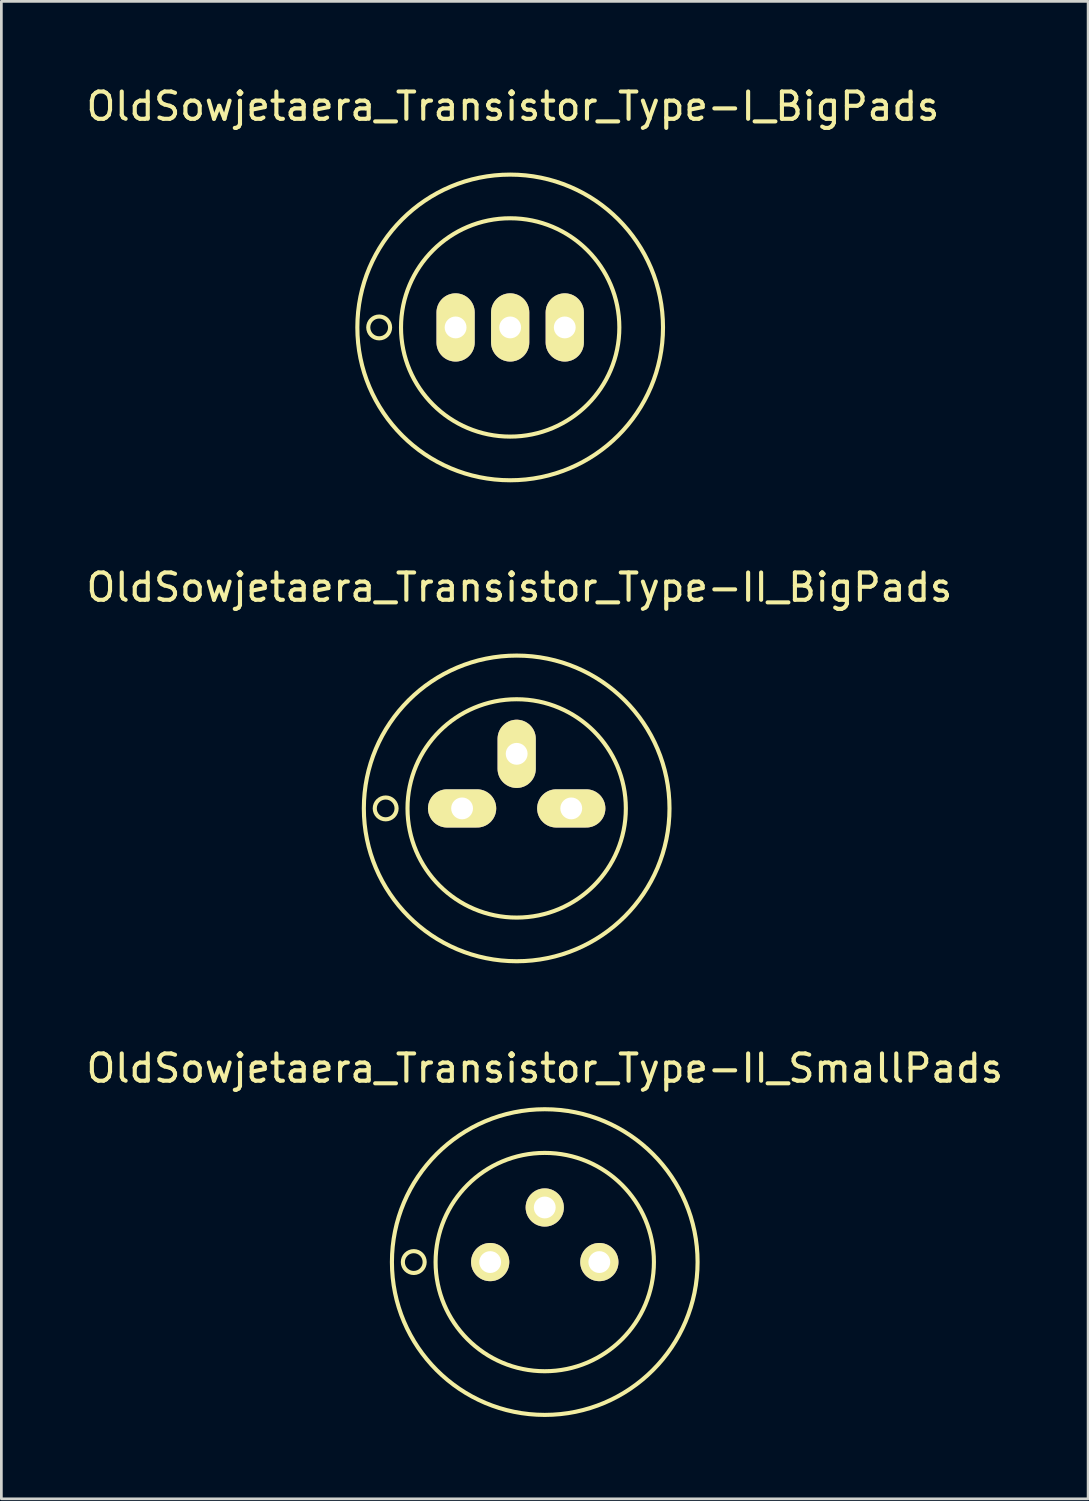
<source format=kicad_pcb>
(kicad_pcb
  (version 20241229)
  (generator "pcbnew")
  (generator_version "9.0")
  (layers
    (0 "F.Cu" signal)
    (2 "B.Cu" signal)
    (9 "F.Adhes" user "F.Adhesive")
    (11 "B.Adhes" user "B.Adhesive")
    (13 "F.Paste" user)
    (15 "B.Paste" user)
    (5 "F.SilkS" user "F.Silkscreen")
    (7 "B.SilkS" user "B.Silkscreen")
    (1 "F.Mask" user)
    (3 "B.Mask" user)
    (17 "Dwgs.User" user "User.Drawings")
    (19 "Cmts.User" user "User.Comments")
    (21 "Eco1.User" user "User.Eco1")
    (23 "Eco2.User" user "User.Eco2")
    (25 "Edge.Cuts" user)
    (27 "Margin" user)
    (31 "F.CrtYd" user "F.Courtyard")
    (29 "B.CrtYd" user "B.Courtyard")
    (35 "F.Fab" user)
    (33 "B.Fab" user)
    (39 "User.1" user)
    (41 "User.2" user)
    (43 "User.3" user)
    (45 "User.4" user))
  (footprint "OldSowjetaera_Transistor_Type-II_BigPads"
    (layer "F.Cu")
    (at 15.882 26.572)
    (property "Reference" "OldSowjetaera_Transistor_Type-II_BigPads" (at 0.1 -8.1 0) (layer "F.SilkS") (effects (font (size 1 1) (thickness 0.15))))
    (attr through_hole)
    (fp_circle (center -4.8 0) (end -4.8 0.4) (stroke (width 0.15) (type solid)) (fill no) (layer "F.SilkS"))
    (fp_circle (center 0 0) (end 4 0) (stroke (width 0.15) (type solid)) (fill no) (layer "F.SilkS"))
    (fp_circle (center 0 0) (end 5.6 0) (stroke (width 0.15) (type solid)) (fill no) (layer "F.SilkS"))
    (pad "1" thru_hole oval (at -2 0 90) (size 1.4 2.5) (drill 0.8) (layers "*.Cu" "*.Mask" "F.SilkS"))
    (pad "2" thru_hole oval (at 0 -2) (size 1.4 2.5) (drill 0.8) (layers "*.Cu" "*.Mask" "F.SilkS"))
    (pad "3" thru_hole oval (at 2 0 90) (size 1.4 2.5) (drill 0.8) (layers "*.Cu" "*.Mask" "F.SilkS")))
  (footprint "OldSowjetaera_Transistor_Type-I_BigPads"
    (layer "F.Cu")
    (at 15.644 8.948)
    (property "Reference" "OldSowjetaera_Transistor_Type-I_BigPads" (at 0.1 -8.1 0) (layer "F.SilkS") (effects (font (size 1 1) (thickness 0.15))))
    (attr through_hole)
    (fp_circle (center -4.8 0) (end -4.8 0.4) (stroke (width 0.15) (type solid)) (fill no) (layer "F.SilkS"))
    (fp_circle (center 0 0) (end 4 0) (stroke (width 0.15) (type solid)) (fill no) (layer "F.SilkS"))
    (fp_circle (center 0 0) (end 5.6 0) (stroke (width 0.15) (type solid)) (fill no) (layer "F.SilkS"))
    (pad "1" thru_hole oval (at -2 0) (size 1.4 2.5) (drill 0.8) (layers "*.Cu" "*.Mask" "F.SilkS"))
    (pad "2" thru_hole oval (at 0 0) (size 1.4 2.5) (drill 0.8) (layers "*.Cu" "*.Mask" "F.SilkS"))
    (pad "3" thru_hole oval (at 2 0) (size 1.4 2.5) (drill 0.8) (layers "*.Cu" "*.Mask" "F.SilkS")))
  (footprint "OldSowjetaera_Transistor_Type-II_SmallPads"
    (layer "F.Cu")
    (at 16.911 43.195)
    (property "Reference" "OldSowjetaera_Transistor_Type-II_SmallPads" (at 0 -7.1 0) (layer "F.SilkS") (effects (font (size 1 1) (thickness 0.15))))
    (attr through_hole)
    (fp_circle (center -4.8 0) (end -4.8 0.4) (stroke (width 0.15) (type solid)) (fill no) (layer "F.SilkS"))
    (fp_circle (center 0 0) (end 4 0) (stroke (width 0.15) (type solid)) (fill no) (layer "F.SilkS"))
    (fp_circle (center 0 0) (end 5.6 0) (stroke (width 0.15) (type solid)) (fill no) (layer "F.SilkS"))
    (pad "1" thru_hole circle (at -2 0) (size 1.4 1.4) (drill 0.8) (layers "*.Cu" "*.Mask" "F.SilkS"))
    (pad "2" thru_hole circle (at 0 -2) (size 1.4 1.4) (drill 0.8) (layers "*.Cu" "*.Mask" "F.SilkS"))
    (pad "3" thru_hole circle (at 2 0) (size 1.4 1.4) (drill 0.8) (layers "*.Cu" "*.Mask" "F.SilkS")))
  (gr_rect
    (start -3 -3)
    (end 36.821 51.87)
    (stroke (width 0.1) (type default))
    (fill no)
    (layer "Edge.Cuts")))
</source>
